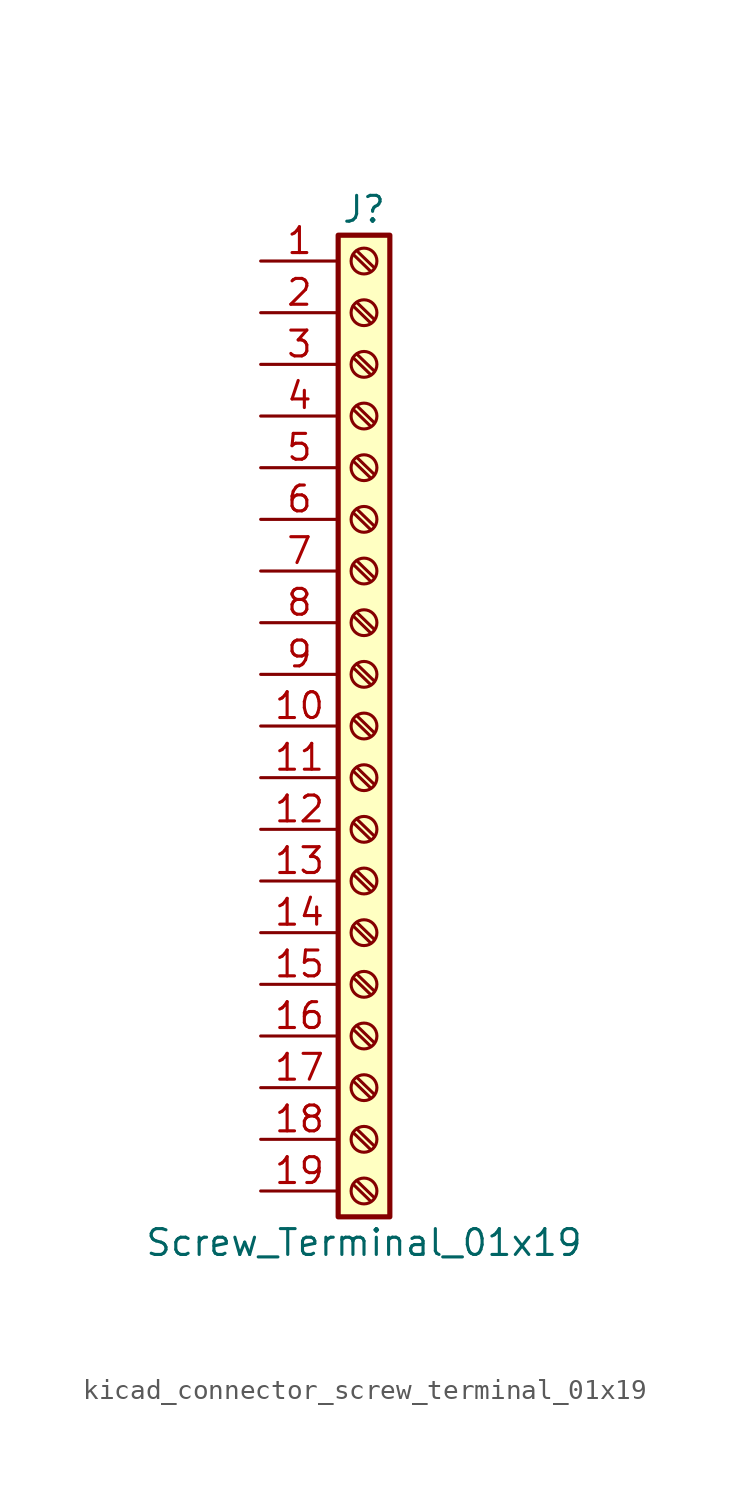
<source format=kicad_sym>
(kicad_symbol_lib
  (version 20220914)
  (generator kicad_symbol_editor)
  (symbol "kicad_connector_screw_terminal_01x19"
    (pin_names
      (offset 1.016) hide)
    (property "Reference" "J"
      (at 0 25.4 0)
      (effects (font (size 1.27 1.27))))
    (property "Value" "Screw_Terminal_01x19"
      (at 0 -25.4 0)
      (effects (font (size 1.27 1.27))))
    (symbol "kicad_connector_screw_terminal_01x19_1_1"
      (rectangle (start -1.27 24.13) (end 1.27 -24.13) (stroke (width 0.254) (type default)) (fill (type background)))
      (circle (center 0 -22.86) (radius 0.635) (stroke (width 0.152) (type default)) (fill (type none)))
      (circle (center 0 -20.32) (radius 0.635) (stroke (width 0.152) (type default)) (fill (type none)))
      (circle (center 0 -17.78) (radius 0.635) (stroke (width 0.152) (type default)) (fill (type none)))
      (circle (center 0 -15.24) (radius 0.635) (stroke (width 0.152) (type default)) (fill (type none)))
      (circle (center 0 -12.7) (radius 0.635) (stroke (width 0.152) (type default)) (fill (type none)))
      (circle (center 0 -10.16) (radius 0.635) (stroke (width 0.152) (type default)) (fill (type none)))
      (circle (center 0 -7.62) (radius 0.635) (stroke (width 0.152) (type default)) (fill (type none)))
      (circle (center 0 -5.08) (radius 0.635) (stroke (width 0.152) (type default)) (fill (type none)))
      (circle (center 0 -2.54) (radius 0.635) (stroke (width 0.152) (type default)) (fill (type none)))
      (polyline (pts (xy -0.533 -22.53) (xy 0.33 -23.368)) (stroke (width 0.152) (type default)) (fill (type none)))
      (polyline (pts (xy -0.533 -19.99) (xy 0.33 -20.828)) (stroke (width 0.152) (type default)) (fill (type none)))
      (polyline (pts (xy -0.533 -17.45) (xy 0.33 -18.288)) (stroke (width 0.152) (type default)) (fill (type none)))
      (polyline (pts (xy -0.533 -14.91) (xy 0.33 -15.748)) (stroke (width 0.152) (type default)) (fill (type none)))
      (polyline (pts (xy -0.533 -12.37) (xy 0.33 -13.208)) (stroke (width 0.152) (type default)) (fill (type none)))
      (polyline (pts (xy -0.533 -9.83) (xy 0.33 -10.668)) (stroke (width 0.152) (type default)) (fill (type none)))
      (polyline (pts (xy -0.533 -7.29) (xy 0.33 -8.128)) (stroke (width 0.152) (type default)) (fill (type none)))
      (polyline (pts (xy -0.533 -4.75) (xy 0.33 -5.588)) (stroke (width 0.152) (type default)) (fill (type none)))
      (polyline (pts (xy -0.533 -2.21) (xy 0.33 -3.048)) (stroke (width 0.152) (type default)) (fill (type none)))
      (polyline (pts (xy -0.533 0.33) (xy 0.33 -0.508)) (stroke (width 0.152) (type default)) (fill (type none)))
      (polyline (pts (xy -0.533 2.87) (xy 0.33 2.032)) (stroke (width 0.152) (type default)) (fill (type none)))
      (polyline (pts (xy -0.533 5.41) (xy 0.33 4.572)) (stroke (width 0.152) (type default)) (fill (type none)))
      (polyline (pts (xy -0.533 7.95) (xy 0.33 7.112)) (stroke (width 0.152) (type default)) (fill (type none)))
      (polyline (pts (xy -0.533 10.49) (xy 0.33 9.652)) (stroke (width 0.152) (type default)) (fill (type none)))
      (polyline (pts (xy -0.533 13.03) (xy 0.33 12.192)) (stroke (width 0.152) (type default)) (fill (type none)))
      (polyline (pts (xy -0.533 15.57) (xy 0.33 14.732)) (stroke (width 0.152) (type default)) (fill (type none)))
      (polyline (pts (xy -0.533 18.11) (xy 0.33 17.272)) (stroke (width 0.152) (type default)) (fill (type none)))
      (polyline (pts (xy -0.533 20.65) (xy 0.33 19.812)) (stroke (width 0.152) (type default)) (fill (type none)))
      (polyline (pts (xy -0.533 23.19) (xy 0.33 22.352)) (stroke (width 0.152) (type default)) (fill (type none)))
      (polyline (pts (xy -0.356 -22.352) (xy 0.508 -23.19)) (stroke (width 0.152) (type default)) (fill (type none)))
      (polyline (pts (xy -0.356 -19.812) (xy 0.508 -20.65)) (stroke (width 0.152) (type default)) (fill (type none)))
      (polyline (pts (xy -0.356 -17.272) (xy 0.508 -18.11)) (stroke (width 0.152) (type default)) (fill (type none)))
      (polyline (pts (xy -0.356 -14.732) (xy 0.508 -15.57)) (stroke (width 0.152) (type default)) (fill (type none)))
      (polyline (pts (xy -0.356 -12.192) (xy 0.508 -13.03)) (stroke (width 0.152) (type default)) (fill (type none)))
      (polyline (pts (xy -0.356 -9.652) (xy 0.508 -10.49)) (stroke (width 0.152) (type default)) (fill (type none)))
      (polyline (pts (xy -0.356 -7.112) (xy 0.508 -7.95)) (stroke (width 0.152) (type default)) (fill (type none)))
      (polyline (pts (xy -0.356 -4.572) (xy 0.508 -5.41)) (stroke (width 0.152) (type default)) (fill (type none)))
      (polyline (pts (xy -0.356 -2.032) (xy 0.508 -2.87)) (stroke (width 0.152) (type default)) (fill (type none)))
      (polyline (pts (xy -0.356 0.508) (xy 0.508 -0.33)) (stroke (width 0.152) (type default)) (fill (type none)))
      (polyline (pts (xy -0.356 3.048) (xy 0.508 2.21)) (stroke (width 0.152) (type default)) (fill (type none)))
      (polyline (pts (xy -0.356 5.588) (xy 0.508 4.75)) (stroke (width 0.152) (type default)) (fill (type none)))
      (polyline (pts (xy -0.356 8.128) (xy 0.508 7.29)) (stroke (width 0.152) (type default)) (fill (type none)))
      (polyline (pts (xy -0.356 10.668) (xy 0.508 9.83)) (stroke (width 0.152) (type default)) (fill (type none)))
      (polyline (pts (xy -0.356 13.208) (xy 0.508 12.37)) (stroke (width 0.152) (type default)) (fill (type none)))
      (polyline (pts (xy -0.356 15.748) (xy 0.508 14.91)) (stroke (width 0.152) (type default)) (fill (type none)))
      (polyline (pts (xy -0.356 18.288) (xy 0.508 17.45)) (stroke (width 0.152) (type default)) (fill (type none)))
      (polyline (pts (xy -0.356 20.828) (xy 0.508 19.99)) (stroke (width 0.152) (type default)) (fill (type none)))
      (polyline (pts (xy -0.356 23.368) (xy 0.508 22.53)) (stroke (width 0.152) (type default)) (fill (type none)))
      (circle (center 0 0) (radius 0.635) (stroke (width 0.152) (type default)) (fill (type none)))
      (circle (center 0 2.54) (radius 0.635) (stroke (width 0.152) (type default)) (fill (type none)))
      (circle (center 0 5.08) (radius 0.635) (stroke (width 0.152) (type default)) (fill (type none)))
      (circle (center 0 7.62) (radius 0.635) (stroke (width 0.152) (type default)) (fill (type none)))
      (circle (center 0 10.16) (radius 0.635) (stroke (width 0.152) (type default)) (fill (type none)))
      (circle (center 0 12.7) (radius 0.635) (stroke (width 0.152) (type default)) (fill (type none)))
      (circle (center 0 15.24) (radius 0.635) (stroke (width 0.152) (type default)) (fill (type none)))
      (circle (center 0 17.78) (radius 0.635) (stroke (width 0.152) (type default)) (fill (type none)))
      (circle (center 0 20.32) (radius 0.635) (stroke (width 0.152) (type default)) (fill (type none)))
      (circle (center 0 22.86) (radius 0.635) (stroke (width 0.152) (type default)) (fill (type none)))
      (pin passive line (at -5.08 22.86 0) (length 3.81) (name "Pin_1" (effects (font (size 1.27 1.27)))) (number "1" (effects (font (size 1.27 1.27)))))
      (pin passive line (at -5.08 0 0) (length 3.81) (name "Pin_10" (effects (font (size 1.27 1.27)))) (number "10" (effects (font (size 1.27 1.27)))))
      (pin passive line (at -5.08 -2.54 0) (length 3.81) (name "Pin_11" (effects (font (size 1.27 1.27)))) (number "11" (effects (font (size 1.27 1.27)))))
      (pin passive line (at -5.08 -5.08 0) (length 3.81) (name "Pin_12" (effects (font (size 1.27 1.27)))) (number "12" (effects (font (size 1.27 1.27)))))
      (pin passive line (at -5.08 -7.62 0) (length 3.81) (name "Pin_13" (effects (font (size 1.27 1.27)))) (number "13" (effects (font (size 1.27 1.27)))))
      (pin passive line (at -5.08 -10.16 0) (length 3.81) (name "Pin_14" (effects (font (size 1.27 1.27)))) (number "14" (effects (font (size 1.27 1.27)))))
      (pin passive line (at -5.08 -12.7 0) (length 3.81) (name "Pin_15" (effects (font (size 1.27 1.27)))) (number "15" (effects (font (size 1.27 1.27)))))
      (pin passive line (at -5.08 -15.24 0) (length 3.81) (name "Pin_16" (effects (font (size 1.27 1.27)))) (number "16" (effects (font (size 1.27 1.27)))))
      (pin passive line (at -5.08 -17.78 0) (length 3.81) (name "Pin_17" (effects (font (size 1.27 1.27)))) (number "17" (effects (font (size 1.27 1.27)))))
      (pin passive line (at -5.08 -20.32 0) (length 3.81) (name "Pin_18" (effects (font (size 1.27 1.27)))) (number "18" (effects (font (size 1.27 1.27)))))
      (pin passive line (at -5.08 -22.86 0) (length 3.81) (name "Pin_19" (effects (font (size 1.27 1.27)))) (number "19" (effects (font (size 1.27 1.27)))))
      (pin passive line (at -5.08 20.32 0) (length 3.81) (name "Pin_2" (effects (font (size 1.27 1.27)))) (number "2" (effects (font (size 1.27 1.27)))))
      (pin passive line (at -5.08 17.78 0) (length 3.81) (name "Pin_3" (effects (font (size 1.27 1.27)))) (number "3" (effects (font (size 1.27 1.27)))))
      (pin passive line (at -5.08 15.24 0) (length 3.81) (name "Pin_4" (effects (font (size 1.27 1.27)))) (number "4" (effects (font (size 1.27 1.27)))))
      (pin passive line (at -5.08 12.7 0) (length 3.81) (name "Pin_5" (effects (font (size 1.27 1.27)))) (number "5" (effects (font (size 1.27 1.27)))))
      (pin passive line (at -5.08 10.16 0) (length 3.81) (name "Pin_6" (effects (font (size 1.27 1.27)))) (number "6" (effects (font (size 1.27 1.27)))))
      (pin passive line (at -5.08 7.62 0) (length 3.81) (name "Pin_7" (effects (font (size 1.27 1.27)))) (number "7" (effects (font (size 1.27 1.27)))))
      (pin passive line (at -5.08 5.08 0) (length 3.81) (name "Pin_8" (effects (font (size 1.27 1.27)))) (number "8" (effects (font (size 1.27 1.27)))))
      (pin passive line (at -5.08 2.54 0) (length 3.81) (name "Pin_9" (effects (font (size 1.27 1.27)))) (number "9" (effects (font (size 1.27 1.27))))))))
</source>
